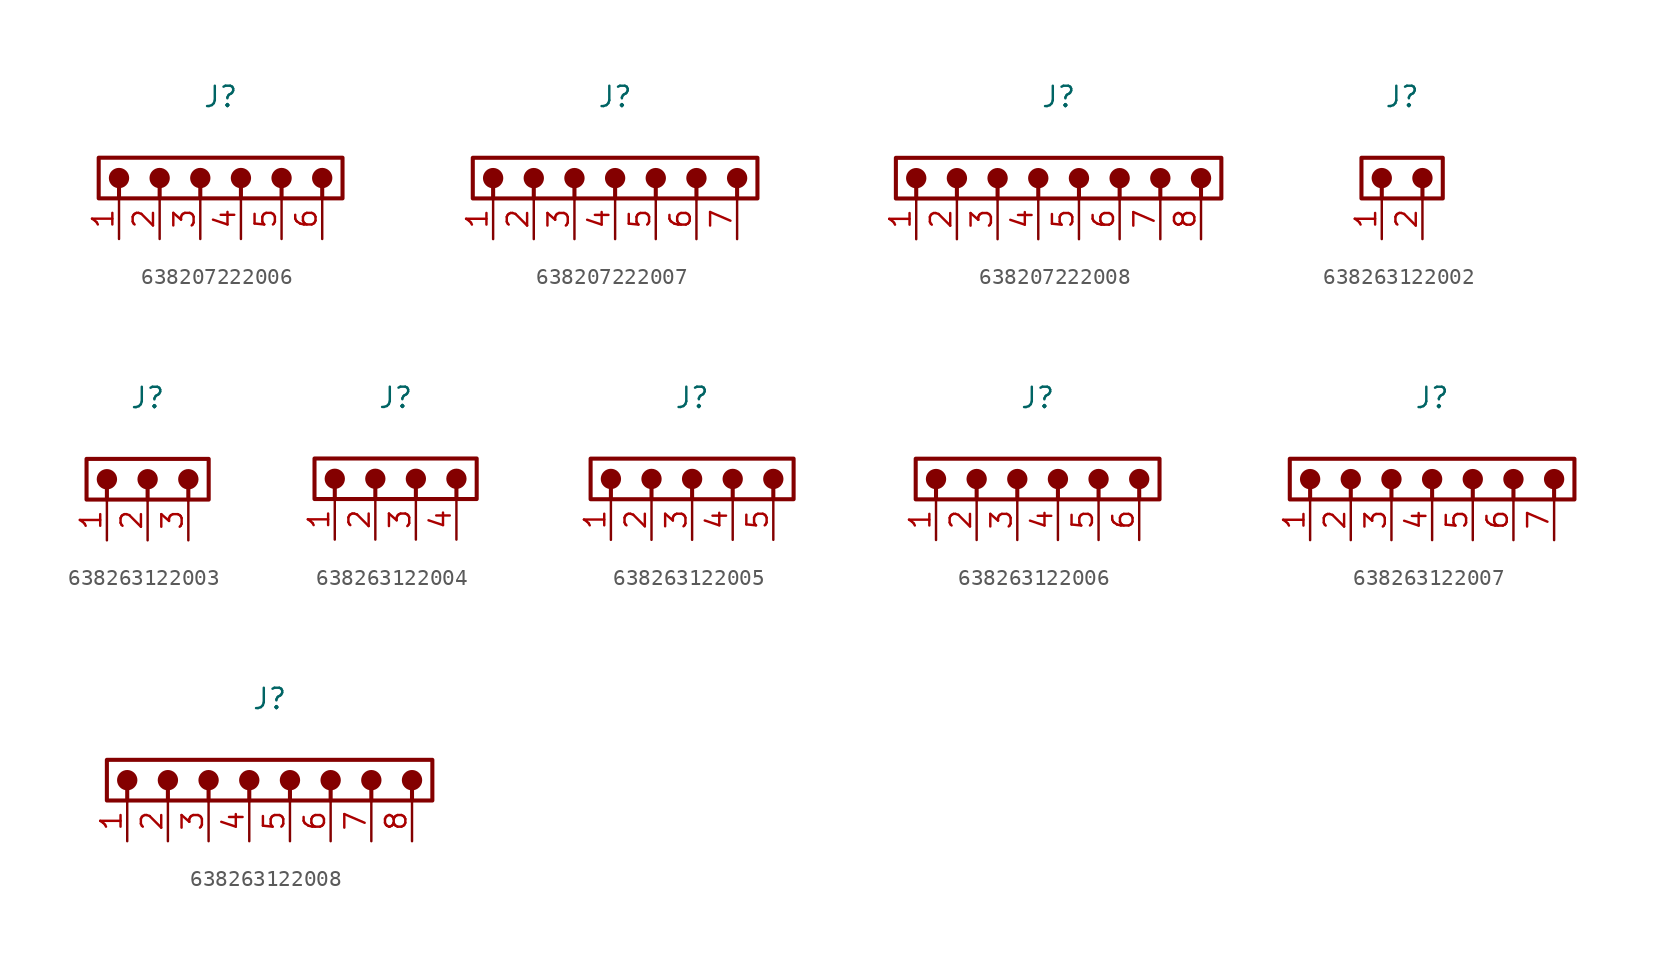
<source format=kicad_sym>
(kicad_symbol_lib
  (version 20241209)
  (generator "kicad_symbol_editor")
  (generator_version "9.0")
  (symbol "638207222006"
    (pin_names
      (hide yes))
    (property "Reference" "J"
      (at 0 5.08 0)
      (effects (font (size 1.27 1.27))))
    (symbol "638207222006_1_1"
      (rectangle (start -7.62 1.27) (end 7.62 -1.27) (stroke (width 0.254) (type solid)) (fill (type none)))
      (circle (center -6.35 0) (radius 0.508) (stroke (width 0.254) (type solid)) (fill (type outline)))
      (polyline (pts (xy -6.35 -0.508) (xy -6.35 -1.27)) (stroke (width 0.254) (type solid)) (fill (type none)))
      (circle (center -3.81 0) (radius 0.508) (stroke (width 0.254) (type solid)) (fill (type outline)))
      (polyline (pts (xy -3.81 -0.508) (xy -3.81 -1.27)) (stroke (width 0.254) (type solid)) (fill (type none)))
      (circle (center -1.27 0) (radius 0.508) (stroke (width 0.254) (type solid)) (fill (type outline)))
      (polyline (pts (xy -1.27 -0.508) (xy -1.27 -1.27)) (stroke (width 0.254) (type solid)) (fill (type none)))
      (circle (center 1.27 0) (radius 0.508) (stroke (width 0.254) (type solid)) (fill (type outline)))
      (polyline (pts (xy 1.27 -0.508) (xy 1.27 -1.27)) (stroke (width 0.254) (type solid)) (fill (type none)))
      (circle (center 3.81 0) (radius 0.508) (stroke (width 0.254) (type solid)) (fill (type outline)))
      (polyline (pts (xy 3.81 -0.508) (xy 3.81 -1.27)) (stroke (width 0.254) (type solid)) (fill (type none)))
      (circle (center 6.35 0) (radius 0.508) (stroke (width 0.254) (type solid)) (fill (type outline)))
      (polyline (pts (xy 6.35 -0.508) (xy 6.35 -1.27)) (stroke (width 0.254) (type solid)) (fill (type none)))
      (pin passive line (at -6.35 -3.81 90) (length 2.54) (name "1" (effects (font (size 1.27 1.27)))) (number "1" (effects (font (size 1.27 1.27)))))
      (pin passive line (at -3.81 -3.81 90) (length 2.54) (name "2" (effects (font (size 1.27 1.27)))) (number "2" (effects (font (size 1.27 1.27)))))
      (pin passive line (at -1.27 -3.81 90) (length 2.54) (name "3" (effects (font (size 1.27 1.27)))) (number "3" (effects (font (size 1.27 1.27)))))
      (pin passive line (at 1.27 -3.81 90) (length 2.54) (name "4" (effects (font (size 1.27 1.27)))) (number "4" (effects (font (size 1.27 1.27)))))
      (pin passive line (at 3.81 -3.81 90) (length 2.54) (name "5" (effects (font (size 1.27 1.27)))) (number "5" (effects (font (size 1.27 1.27)))))
      (pin passive line (at 6.35 -3.81 90) (length 2.54) (name "6" (effects (font (size 1.27 1.27)))) (number "6" (effects (font (size 1.27 1.27)))))))
  (symbol "638207222007"
    (pin_names
      (hide yes))
    (property "Reference" "J"
      (at 0 5.08 0)
      (effects (font (size 1.27 1.27))))
    (symbol "638207222007_1_1"
      (rectangle (start -8.89 1.27) (end 8.89 -1.27) (stroke (width 0.254) (type solid)) (fill (type none)))
      (circle (center -7.62 0) (radius 0.508) (stroke (width 0.254) (type solid)) (fill (type outline)))
      (polyline (pts (xy -7.62 -0.508) (xy -7.62 -1.27)) (stroke (width 0.254) (type solid)) (fill (type none)))
      (circle (center -5.08 0) (radius 0.508) (stroke (width 0.254) (type solid)) (fill (type outline)))
      (polyline (pts (xy -5.08 -0.508) (xy -5.08 -1.27)) (stroke (width 0.254) (type solid)) (fill (type none)))
      (circle (center -2.54 0) (radius 0.508) (stroke (width 0.254) (type solid)) (fill (type outline)))
      (polyline (pts (xy -2.54 -0.508) (xy -2.54 -1.27)) (stroke (width 0.254) (type solid)) (fill (type none)))
      (circle (center 0 0) (radius 0.508) (stroke (width 0.254) (type solid)) (fill (type outline)))
      (polyline (pts (xy 0 -0.508) (xy 0 -1.27)) (stroke (width 0.254) (type solid)) (fill (type none)))
      (circle (center 2.54 0) (radius 0.508) (stroke (width 0.254) (type solid)) (fill (type outline)))
      (polyline (pts (xy 2.54 -0.508) (xy 2.54 -1.27)) (stroke (width 0.254) (type solid)) (fill (type none)))
      (circle (center 5.08 0) (radius 0.508) (stroke (width 0.254) (type solid)) (fill (type outline)))
      (polyline (pts (xy 5.08 -0.508) (xy 5.08 -1.27)) (stroke (width 0.254) (type solid)) (fill (type none)))
      (circle (center 7.62 0) (radius 0.508) (stroke (width 0.254) (type solid)) (fill (type outline)))
      (polyline (pts (xy 7.62 -0.508) (xy 7.62 -1.27)) (stroke (width 0.254) (type solid)) (fill (type none)))
      (pin passive line (at -7.62 -3.81 90) (length 2.54) (name "1" (effects (font (size 1.27 1.27)))) (number "1" (effects (font (size 1.27 1.27)))))
      (pin passive line (at -5.08 -3.81 90) (length 2.54) (name "2" (effects (font (size 1.27 1.27)))) (number "2" (effects (font (size 1.27 1.27)))))
      (pin passive line (at -2.54 -3.81 90) (length 2.54) (name "3" (effects (font (size 1.27 1.27)))) (number "3" (effects (font (size 1.27 1.27)))))
      (pin passive line (at 0 -3.81 90) (length 2.54) (name "4" (effects (font (size 1.27 1.27)))) (number "4" (effects (font (size 1.27 1.27)))))
      (pin passive line (at 2.54 -3.81 90) (length 2.54) (name "5" (effects (font (size 1.27 1.27)))) (number "5" (effects (font (size 1.27 1.27)))))
      (pin passive line (at 5.08 -3.81 90) (length 2.54) (name "6" (effects (font (size 1.27 1.27)))) (number "6" (effects (font (size 1.27 1.27)))))
      (pin passive line (at 7.62 -3.81 90) (length 2.54) (name "7" (effects (font (size 1.27 1.27)))) (number "7" (effects (font (size 1.27 1.27)))))))
  (symbol "638207222008"
    (pin_names
      (hide yes))
    (property "Reference" "J"
      (at 0 5.08 0)
      (effects (font (size 1.27 1.27))))
    (symbol "638207222008_1_1"
      (rectangle (start -10.16 1.27) (end 10.16 -1.27) (stroke (width 0.254) (type solid)) (fill (type none)))
      (circle (center -8.89 0) (radius 0.508) (stroke (width 0.254) (type solid)) (fill (type outline)))
      (polyline (pts (xy -8.89 -0.508) (xy -8.89 -1.27)) (stroke (width 0.254) (type solid)) (fill (type none)))
      (circle (center -6.35 0) (radius 0.508) (stroke (width 0.254) (type solid)) (fill (type outline)))
      (polyline (pts (xy -6.35 -0.508) (xy -6.35 -1.27)) (stroke (width 0.254) (type solid)) (fill (type none)))
      (circle (center -3.81 0) (radius 0.508) (stroke (width 0.254) (type solid)) (fill (type outline)))
      (polyline (pts (xy -3.81 -0.508) (xy -3.81 -1.27)) (stroke (width 0.254) (type solid)) (fill (type none)))
      (circle (center -1.27 0) (radius 0.508) (stroke (width 0.254) (type solid)) (fill (type outline)))
      (polyline (pts (xy -1.27 -0.508) (xy -1.27 -1.27)) (stroke (width 0.254) (type solid)) (fill (type none)))
      (circle (center 1.27 0) (radius 0.508) (stroke (width 0.254) (type solid)) (fill (type outline)))
      (polyline (pts (xy 1.27 -0.508) (xy 1.27 -1.27)) (stroke (width 0.254) (type solid)) (fill (type none)))
      (circle (center 3.81 0) (radius 0.508) (stroke (width 0.254) (type solid)) (fill (type outline)))
      (polyline (pts (xy 3.81 -0.508) (xy 3.81 -1.27)) (stroke (width 0.254) (type solid)) (fill (type none)))
      (circle (center 6.35 0) (radius 0.508) (stroke (width 0.254) (type solid)) (fill (type outline)))
      (polyline (pts (xy 6.35 -0.508) (xy 6.35 -1.27)) (stroke (width 0.254) (type solid)) (fill (type none)))
      (circle (center 8.89 0) (radius 0.508) (stroke (width 0.254) (type solid)) (fill (type outline)))
      (polyline (pts (xy 8.89 -0.508) (xy 8.89 -1.27)) (stroke (width 0.254) (type solid)) (fill (type none)))
      (pin passive line (at -8.89 -3.81 90) (length 2.54) (name "1" (effects (font (size 1.27 1.27)))) (number "1" (effects (font (size 1.27 1.27)))))
      (pin passive line (at -6.35 -3.81 90) (length 2.54) (name "2" (effects (font (size 1.27 1.27)))) (number "2" (effects (font (size 1.27 1.27)))))
      (pin passive line (at -3.81 -3.81 90) (length 2.54) (name "3" (effects (font (size 1.27 1.27)))) (number "3" (effects (font (size 1.27 1.27)))))
      (pin passive line (at -1.27 -3.81 90) (length 2.54) (name "4" (effects (font (size 1.27 1.27)))) (number "4" (effects (font (size 1.27 1.27)))))
      (pin passive line (at 1.27 -3.81 90) (length 2.54) (name "5" (effects (font (size 1.27 1.27)))) (number "5" (effects (font (size 1.27 1.27)))))
      (pin passive line (at 3.81 -3.81 90) (length 2.54) (name "6" (effects (font (size 1.27 1.27)))) (number "6" (effects (font (size 1.27 1.27)))))
      (pin passive line (at 6.35 -3.81 90) (length 2.54) (name "7" (effects (font (size 1.27 1.27)))) (number "7" (effects (font (size 1.27 1.27)))))
      (pin passive line (at 8.89 -3.81 90) (length 2.54) (name "8" (effects (font (size 1.27 1.27)))) (number "8" (effects (font (size 1.27 1.27)))))))
  (symbol "638263122002"
    (pin_names
      (hide yes))
    (property "Reference" "J"
      (at 0 5.08 0)
      (effects (font (size 1.27 1.27))))
    (symbol "638263122002_1_1"
      (circle (center -1.27 0) (radius 0.508) (stroke (width 0.254) (type solid)) (fill (type outline)))
      (polyline (pts (xy -1.27 -0.508) (xy -1.27 -1.27)) (stroke (width 0.254) (type solid)) (fill (type none)))
      (circle (center 1.27 0) (radius 0.508) (stroke (width 0.254) (type solid)) (fill (type outline)))
      (polyline (pts (xy 1.27 -0.508) (xy 1.27 -1.27)) (stroke (width 0.254) (type solid)) (fill (type none)))
      (rectangle (start 2.54 1.27) (end -2.54 -1.27) (stroke (width 0.254) (type solid)) (fill (type none)))
      (pin passive line (at -1.27 -3.81 90) (length 2.54) (name "1" (effects (font (size 1.27 1.27)))) (number "1" (effects (font (size 1.27 1.27)))))
      (pin passive line (at 1.27 -3.81 90) (length 2.54) (name "2" (effects (font (size 1.27 1.27)))) (number "2" (effects (font (size 1.27 1.27)))))))
  (symbol "638263122003"
    (pin_names
      (hide yes))
    (property "Reference" "J"
      (at 0 5.08 0)
      (effects (font (size 1.27 1.27))))
    (symbol "638263122003_1_1"
      (rectangle (start -3.81 1.27) (end 3.81 -1.27) (stroke (width 0.254) (type solid)) (fill (type none)))
      (circle (center -2.54 0) (radius 0.508) (stroke (width 0.254) (type solid)) (fill (type outline)))
      (polyline (pts (xy -2.54 -0.508) (xy -2.54 -1.27)) (stroke (width 0.254) (type solid)) (fill (type none)))
      (circle (center 0 0) (radius 0.508) (stroke (width 0.254) (type solid)) (fill (type outline)))
      (polyline (pts (xy 0 -0.508) (xy 0 -1.27)) (stroke (width 0.254) (type solid)) (fill (type none)))
      (circle (center 2.54 0) (radius 0.508) (stroke (width 0.254) (type solid)) (fill (type outline)))
      (polyline (pts (xy 2.54 -0.508) (xy 2.54 -1.27)) (stroke (width 0.254) (type solid)) (fill (type none)))
      (pin passive line (at -2.54 -3.81 90) (length 2.54) (name "1" (effects (font (size 1.27 1.27)))) (number "1" (effects (font (size 1.27 1.27)))))
      (pin passive line (at 0 -3.81 90) (length 2.54) (name "2" (effects (font (size 1.27 1.27)))) (number "2" (effects (font (size 1.27 1.27)))))
      (pin passive line (at 2.54 -3.81 90) (length 2.54) (name "3" (effects (font (size 1.27 1.27)))) (number "3" (effects (font (size 1.27 1.27)))))))
  (symbol "638263122004"
    (pin_names
      (hide yes))
    (property "Reference" "J"
      (at 0 5.08 0)
      (effects (font (size 1.27 1.27))))
    (symbol "638263122004_1_1"
      (rectangle (start -5.08 1.27) (end 5.08 -1.27) (stroke (width 0.254) (type solid)) (fill (type none)))
      (circle (center -3.81 0) (radius 0.508) (stroke (width 0.254) (type solid)) (fill (type outline)))
      (polyline (pts (xy -3.81 -0.508) (xy -3.81 -1.27)) (stroke (width 0.254) (type solid)) (fill (type none)))
      (circle (center -1.27 0) (radius 0.508) (stroke (width 0.254) (type solid)) (fill (type outline)))
      (polyline (pts (xy -1.27 -0.508) (xy -1.27 -1.27)) (stroke (width 0.254) (type solid)) (fill (type none)))
      (circle (center 1.27 0) (radius 0.508) (stroke (width 0.254) (type solid)) (fill (type outline)))
      (polyline (pts (xy 1.27 -0.508) (xy 1.27 -1.27)) (stroke (width 0.254) (type solid)) (fill (type none)))
      (circle (center 3.81 0) (radius 0.508) (stroke (width 0.254) (type solid)) (fill (type outline)))
      (polyline (pts (xy 3.81 -0.508) (xy 3.81 -1.27)) (stroke (width 0.254) (type solid)) (fill (type none)))
      (pin passive line (at -3.81 -3.81 90) (length 2.54) (name "1" (effects (font (size 1.27 1.27)))) (number "1" (effects (font (size 1.27 1.27)))))
      (pin passive line (at -1.27 -3.81 90) (length 2.54) (name "2" (effects (font (size 1.27 1.27)))) (number "2" (effects (font (size 1.27 1.27)))))
      (pin passive line (at 1.27 -3.81 90) (length 2.54) (name "3" (effects (font (size 1.27 1.27)))) (number "3" (effects (font (size 1.27 1.27)))))
      (pin passive line (at 3.81 -3.81 90) (length 2.54) (name "4" (effects (font (size 1.27 1.27)))) (number "4" (effects (font (size 1.27 1.27)))))))
  (symbol "638263122005"
    (pin_names
      (hide yes))
    (property "Reference" "J"
      (at 0 5.08 0)
      (effects (font (size 1.27 1.27))))
    (symbol "638263122005_1_1"
      (rectangle (start -6.35 1.27) (end 6.35 -1.27) (stroke (width 0.254) (type solid)) (fill (type none)))
      (circle (center -5.08 0) (radius 0.508) (stroke (width 0.254) (type solid)) (fill (type outline)))
      (polyline (pts (xy -5.08 -0.508) (xy -5.08 -1.27)) (stroke (width 0.254) (type solid)) (fill (type none)))
      (circle (center -2.54 0) (radius 0.508) (stroke (width 0.254) (type solid)) (fill (type outline)))
      (polyline (pts (xy -2.54 -0.508) (xy -2.54 -1.27)) (stroke (width 0.254) (type solid)) (fill (type none)))
      (circle (center 0 0) (radius 0.508) (stroke (width 0.254) (type solid)) (fill (type outline)))
      (polyline (pts (xy 0 -0.508) (xy 0 -1.27)) (stroke (width 0.254) (type solid)) (fill (type none)))
      (circle (center 2.54 0) (radius 0.508) (stroke (width 0.254) (type solid)) (fill (type outline)))
      (polyline (pts (xy 2.54 -0.508) (xy 2.54 -1.27)) (stroke (width 0.254) (type solid)) (fill (type none)))
      (circle (center 5.08 0) (radius 0.508) (stroke (width 0.254) (type solid)) (fill (type outline)))
      (polyline (pts (xy 5.08 -0.508) (xy 5.08 -1.27)) (stroke (width 0.254) (type solid)) (fill (type none)))
      (pin passive line (at -5.08 -3.81 90) (length 2.54) (name "1" (effects (font (size 1.27 1.27)))) (number "1" (effects (font (size 1.27 1.27)))))
      (pin passive line (at -2.54 -3.81 90) (length 2.54) (name "2" (effects (font (size 1.27 1.27)))) (number "2" (effects (font (size 1.27 1.27)))))
      (pin passive line (at 0 -3.81 90) (length 2.54) (name "3" (effects (font (size 1.27 1.27)))) (number "3" (effects (font (size 1.27 1.27)))))
      (pin passive line (at 2.54 -3.81 90) (length 2.54) (name "4" (effects (font (size 1.27 1.27)))) (number "4" (effects (font (size 1.27 1.27)))))
      (pin passive line (at 5.08 -3.81 90) (length 2.54) (name "5" (effects (font (size 1.27 1.27)))) (number "5" (effects (font (size 1.27 1.27)))))))
  (symbol "638263122006"
    (pin_names
      (hide yes))
    (property "Reference" "J"
      (at 0 5.08 0)
      (effects (font (size 1.27 1.27))))
    (symbol "638263122006_1_1"
      (rectangle (start -7.62 1.27) (end 7.62 -1.27) (stroke (width 0.254) (type solid)) (fill (type none)))
      (circle (center -6.35 0) (radius 0.508) (stroke (width 0.254) (type solid)) (fill (type outline)))
      (polyline (pts (xy -6.35 -0.508) (xy -6.35 -1.27)) (stroke (width 0.254) (type solid)) (fill (type none)))
      (circle (center -3.81 0) (radius 0.508) (stroke (width 0.254) (type solid)) (fill (type outline)))
      (polyline (pts (xy -3.81 -0.508) (xy -3.81 -1.27)) (stroke (width 0.254) (type solid)) (fill (type none)))
      (circle (center -1.27 0) (radius 0.508) (stroke (width 0.254) (type solid)) (fill (type outline)))
      (polyline (pts (xy -1.27 -0.508) (xy -1.27 -1.27)) (stroke (width 0.254) (type solid)) (fill (type none)))
      (circle (center 1.27 0) (radius 0.508) (stroke (width 0.254) (type solid)) (fill (type outline)))
      (polyline (pts (xy 1.27 -0.508) (xy 1.27 -1.27)) (stroke (width 0.254) (type solid)) (fill (type none)))
      (circle (center 3.81 0) (radius 0.508) (stroke (width 0.254) (type solid)) (fill (type outline)))
      (polyline (pts (xy 3.81 -0.508) (xy 3.81 -1.27)) (stroke (width 0.254) (type solid)) (fill (type none)))
      (circle (center 6.35 0) (radius 0.508) (stroke (width 0.254) (type solid)) (fill (type outline)))
      (polyline (pts (xy 6.35 -0.508) (xy 6.35 -1.27)) (stroke (width 0.254) (type solid)) (fill (type none)))
      (pin passive line (at -6.35 -3.81 90) (length 2.54) (name "1" (effects (font (size 1.27 1.27)))) (number "1" (effects (font (size 1.27 1.27)))))
      (pin passive line (at -3.81 -3.81 90) (length 2.54) (name "2" (effects (font (size 1.27 1.27)))) (number "2" (effects (font (size 1.27 1.27)))))
      (pin passive line (at -1.27 -3.81 90) (length 2.54) (name "3" (effects (font (size 1.27 1.27)))) (number "3" (effects (font (size 1.27 1.27)))))
      (pin passive line (at 1.27 -3.81 90) (length 2.54) (name "4" (effects (font (size 1.27 1.27)))) (number "4" (effects (font (size 1.27 1.27)))))
      (pin passive line (at 3.81 -3.81 90) (length 2.54) (name "5" (effects (font (size 1.27 1.27)))) (number "5" (effects (font (size 1.27 1.27)))))
      (pin passive line (at 6.35 -3.81 90) (length 2.54) (name "6" (effects (font (size 1.27 1.27)))) (number "6" (effects (font (size 1.27 1.27)))))))
  (symbol "638263122007"
    (pin_names
      (hide yes))
    (property "Reference" "J"
      (at 0 5.08 0)
      (effects (font (size 1.27 1.27))))
    (symbol "638263122007_1_1"
      (rectangle (start -8.89 1.27) (end 8.89 -1.27) (stroke (width 0.254) (type solid)) (fill (type none)))
      (circle (center -7.62 0) (radius 0.508) (stroke (width 0.254) (type solid)) (fill (type outline)))
      (polyline (pts (xy -7.62 -0.508) (xy -7.62 -1.27)) (stroke (width 0.254) (type solid)) (fill (type none)))
      (circle (center -5.08 0) (radius 0.508) (stroke (width 0.254) (type solid)) (fill (type outline)))
      (polyline (pts (xy -5.08 -0.508) (xy -5.08 -1.27)) (stroke (width 0.254) (type solid)) (fill (type none)))
      (circle (center -2.54 0) (radius 0.508) (stroke (width 0.254) (type solid)) (fill (type outline)))
      (polyline (pts (xy -2.54 -0.508) (xy -2.54 -1.27)) (stroke (width 0.254) (type solid)) (fill (type none)))
      (circle (center 0 0) (radius 0.508) (stroke (width 0.254) (type solid)) (fill (type outline)))
      (polyline (pts (xy 0 -0.508) (xy 0 -1.27)) (stroke (width 0.254) (type solid)) (fill (type none)))
      (circle (center 2.54 0) (radius 0.508) (stroke (width 0.254) (type solid)) (fill (type outline)))
      (polyline (pts (xy 2.54 -0.508) (xy 2.54 -1.27)) (stroke (width 0.254) (type solid)) (fill (type none)))
      (circle (center 5.08 0) (radius 0.508) (stroke (width 0.254) (type solid)) (fill (type outline)))
      (polyline (pts (xy 5.08 -0.508) (xy 5.08 -1.27)) (stroke (width 0.254) (type solid)) (fill (type none)))
      (circle (center 7.62 0) (radius 0.508) (stroke (width 0.254) (type solid)) (fill (type outline)))
      (polyline (pts (xy 7.62 -0.508) (xy 7.62 -1.27)) (stroke (width 0.254) (type solid)) (fill (type none)))
      (pin passive line (at -7.62 -3.81 90) (length 2.54) (name "1" (effects (font (size 1.27 1.27)))) (number "1" (effects (font (size 1.27 1.27)))))
      (pin passive line (at -5.08 -3.81 90) (length 2.54) (name "2" (effects (font (size 1.27 1.27)))) (number "2" (effects (font (size 1.27 1.27)))))
      (pin passive line (at -2.54 -3.81 90) (length 2.54) (name "3" (effects (font (size 1.27 1.27)))) (number "3" (effects (font (size 1.27 1.27)))))
      (pin passive line (at 0 -3.81 90) (length 2.54) (name "4" (effects (font (size 1.27 1.27)))) (number "4" (effects (font (size 1.27 1.27)))))
      (pin passive line (at 2.54 -3.81 90) (length 2.54) (name "5" (effects (font (size 1.27 1.27)))) (number "5" (effects (font (size 1.27 1.27)))))
      (pin passive line (at 5.08 -3.81 90) (length 2.54) (name "6" (effects (font (size 1.27 1.27)))) (number "6" (effects (font (size 1.27 1.27)))))
      (pin passive line (at 7.62 -3.81 90) (length 2.54) (name "7" (effects (font (size 1.27 1.27)))) (number "7" (effects (font (size 1.27 1.27)))))))
  (symbol "638263122008"
    (pin_names
      (hide yes))
    (property "Reference" "J"
      (at 0 5.08 0)
      (effects (font (size 1.27 1.27))))
    (symbol "638263122008_1_1"
      (rectangle (start -10.16 1.27) (end 10.16 -1.27) (stroke (width 0.254) (type solid)) (fill (type none)))
      (circle (center -8.89 0) (radius 0.508) (stroke (width 0.254) (type solid)) (fill (type outline)))
      (polyline (pts (xy -8.89 -0.508) (xy -8.89 -1.27)) (stroke (width 0.254) (type solid)) (fill (type none)))
      (circle (center -6.35 0) (radius 0.508) (stroke (width 0.254) (type solid)) (fill (type outline)))
      (polyline (pts (xy -6.35 -0.508) (xy -6.35 -1.27)) (stroke (width 0.254) (type solid)) (fill (type none)))
      (circle (center -3.81 0) (radius 0.508) (stroke (width 0.254) (type solid)) (fill (type outline)))
      (polyline (pts (xy -3.81 -0.508) (xy -3.81 -1.27)) (stroke (width 0.254) (type solid)) (fill (type none)))
      (circle (center -1.27 0) (radius 0.508) (stroke (width 0.254) (type solid)) (fill (type outline)))
      (polyline (pts (xy -1.27 -0.508) (xy -1.27 -1.27)) (stroke (width 0.254) (type solid)) (fill (type none)))
      (circle (center 1.27 0) (radius 0.508) (stroke (width 0.254) (type solid)) (fill (type outline)))
      (polyline (pts (xy 1.27 -0.508) (xy 1.27 -1.27)) (stroke (width 0.254) (type solid)) (fill (type none)))
      (circle (center 3.81 0) (radius 0.508) (stroke (width 0.254) (type solid)) (fill (type outline)))
      (polyline (pts (xy 3.81 -0.508) (xy 3.81 -1.27)) (stroke (width 0.254) (type solid)) (fill (type none)))
      (circle (center 6.35 0) (radius 0.508) (stroke (width 0.254) (type solid)) (fill (type outline)))
      (polyline (pts (xy 6.35 -0.508) (xy 6.35 -1.27)) (stroke (width 0.254) (type solid)) (fill (type none)))
      (circle (center 8.89 0) (radius 0.508) (stroke (width 0.254) (type solid)) (fill (type outline)))
      (polyline (pts (xy 8.89 -0.508) (xy 8.89 -1.27)) (stroke (width 0.254) (type solid)) (fill (type none)))
      (pin passive line (at -8.89 -3.81 90) (length 2.54) (name "1" (effects (font (size 1.27 1.27)))) (number "1" (effects (font (size 1.27 1.27)))))
      (pin passive line (at -6.35 -3.81 90) (length 2.54) (name "2" (effects (font (size 1.27 1.27)))) (number "2" (effects (font (size 1.27 1.27)))))
      (pin passive line (at -3.81 -3.81 90) (length 2.54) (name "3" (effects (font (size 1.27 1.27)))) (number "3" (effects (font (size 1.27 1.27)))))
      (pin passive line (at -1.27 -3.81 90) (length 2.54) (name "4" (effects (font (size 1.27 1.27)))) (number "4" (effects (font (size 1.27 1.27)))))
      (pin passive line (at 1.27 -3.81 90) (length 2.54) (name "5" (effects (font (size 1.27 1.27)))) (number "5" (effects (font (size 1.27 1.27)))))
      (pin passive line (at 3.81 -3.81 90) (length 2.54) (name "6" (effects (font (size 1.27 1.27)))) (number "6" (effects (font (size 1.27 1.27)))))
      (pin passive line (at 6.35 -3.81 90) (length 2.54) (name "7" (effects (font (size 1.27 1.27)))) (number "7" (effects (font (size 1.27 1.27)))))
      (pin passive line (at 8.89 -3.81 90) (length 2.54) (name "8" (effects (font (size 1.27 1.27)))) (number "8" (effects (font (size 1.27 1.27))))))))
</source>
